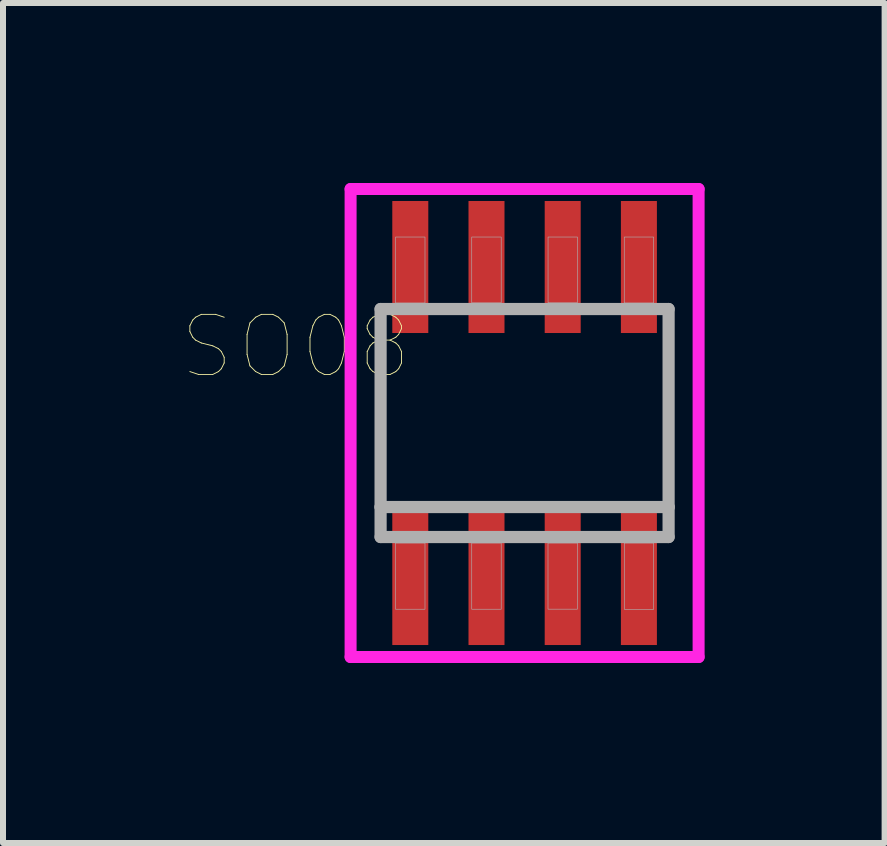
<source format=kicad_pcb>
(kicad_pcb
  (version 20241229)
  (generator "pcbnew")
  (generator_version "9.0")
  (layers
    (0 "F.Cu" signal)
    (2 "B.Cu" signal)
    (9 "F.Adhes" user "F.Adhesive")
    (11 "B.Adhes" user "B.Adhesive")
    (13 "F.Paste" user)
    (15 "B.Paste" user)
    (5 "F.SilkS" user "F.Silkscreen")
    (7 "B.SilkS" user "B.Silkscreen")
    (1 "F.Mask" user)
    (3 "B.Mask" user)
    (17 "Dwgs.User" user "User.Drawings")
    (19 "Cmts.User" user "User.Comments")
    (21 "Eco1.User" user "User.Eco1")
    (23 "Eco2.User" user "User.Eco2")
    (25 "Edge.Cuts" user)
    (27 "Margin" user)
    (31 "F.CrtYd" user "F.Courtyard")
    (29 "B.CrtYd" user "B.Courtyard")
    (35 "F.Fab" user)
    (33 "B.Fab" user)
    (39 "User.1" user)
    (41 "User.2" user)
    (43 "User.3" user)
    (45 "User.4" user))
  (footprint "SO08"
    (layer "F.Cu")
    (at 5.693 4)
    (property "Reference" "SO08" (at -3.815 -1.272 180) (layer "F.SilkS") (effects (font (size 1.001 1.001) (thickness 0.015))))
    (attr through_hole)
    (fp_line (start -2.9 -3.9) (end 2.9 -3.9) (stroke (width 0.2) (type solid)) (layer "F.CrtYd"))
    (fp_line (start -2.9 3.9) (end -2.9 -3.9) (stroke (width 0.2) (type solid)) (layer "F.CrtYd"))
    (fp_line (start 2.9 -3.9) (end 2.9 3.9) (stroke (width 0.2) (type solid)) (layer "F.CrtYd"))
    (fp_line (start 2.9 3.9) (end -2.9 3.9) (stroke (width 0.2) (type solid)) (layer "F.CrtYd"))
    (fp_line (start -2.4 -1.9) (end 2.4 -1.9) (stroke (width 0.203) (type solid)) (layer "F.Fab"))
    (fp_line (start -2.4 1.4) (end -2.4 -1.9) (stroke (width 0.203) (type solid)) (layer "F.Fab"))
    (fp_line (start -2.4 1.9) (end -2.4 1.4) (stroke (width 0.203) (type solid)) (layer "F.Fab"))
    (fp_line (start 2.4 -1.9) (end 2.4 1.4) (stroke (width 0.203) (type solid)) (layer "F.Fab"))
    (fp_line (start 2.4 1.4) (end -2.4 1.4) (stroke (width 0.203) (type solid)) (layer "F.Fab"))
    (fp_line (start 2.4 1.4) (end 2.4 1.9) (stroke (width 0.203) (type solid)) (layer "F.Fab"))
    (fp_line (start 2.4 1.9) (end -2.4 1.9) (stroke (width 0.203) (type solid)) (layer "F.Fab"))
    (fp_poly (pts (xy -2.152 2) (xy -1.66 2) (xy -1.66 3.103) (xy -2.152 3.103)) (stroke (width 0.01) (type solid)) (fill no) (layer "F.Fab"))
    (fp_poly (pts (xy -2.151 -3.1) (xy -1.66 -3.1) (xy -1.66 -2.001) (xy -2.151 -2.001)) (stroke (width 0.01) (type solid)) (fill no) (layer "F.Fab"))
    (fp_poly (pts (xy -0.881 -3.1) (xy -0.39 -3.1) (xy -0.39 -2.003) (xy -0.881 -2.003)) (stroke (width 0.01) (type solid)) (fill no) (layer "F.Fab"))
    (fp_poly (pts (xy -0.881 2) (xy -0.39 2) (xy -0.39 3.104) (xy -0.881 3.104)) (stroke (width 0.01) (type solid)) (fill no) (layer "F.Fab"))
    (fp_poly (pts (xy 0.39 2) (xy 0.88 2) (xy 0.88 3.102) (xy 0.39 3.102)) (stroke (width 0.01) (type solid)) (fill no) (layer "F.Fab"))
    (fp_poly (pts (xy 0.391 -3.1) (xy 0.88 -3.1) (xy 0.88 -2.004) (xy 0.391 -2.004)) (stroke (width 0.01) (type solid)) (fill no) (layer "F.Fab"))
    (fp_poly (pts (xy 1.661 -3.1) (xy 2.15 -3.1) (xy 2.15 -2.001) (xy 1.661 -2.001)) (stroke (width 0.01) (type solid)) (fill no) (layer "F.Fab"))
    (fp_poly (pts (xy 1.663 2) (xy 2.15 2) (xy 2.15 3.106) (xy 1.663 3.106)) (stroke (width 0.01) (type solid)) (fill no) (layer "F.Fab"))
    (pad "1" smd rect (at -1.905 2.6) (size 0.6 2.2) (layers "F.Cu" "F.Mask" "F.Paste"))
    (pad "2" smd rect (at -0.635 2.6) (size 0.6 2.2) (layers "F.Cu" "F.Mask" "F.Paste"))
    (pad "3" smd rect (at 0.635 2.6) (size 0.6 2.2) (layers "F.Cu" "F.Mask" "F.Paste"))
    (pad "4" smd rect (at 1.905 2.6) (size 0.6 2.2) (layers "F.Cu" "F.Mask" "F.Paste"))
    (pad "5" smd rect (at 1.905 -2.6) (size 0.6 2.2) (layers "F.Cu" "F.Mask" "F.Paste"))
    (pad "6" smd rect (at 0.635 -2.6) (size 0.6 2.2) (layers "F.Cu" "F.Mask" "F.Paste"))
    (pad "7" smd rect (at -0.635 -2.6) (size 0.6 2.2) (layers "F.Cu" "F.Mask" "F.Paste"))
    (pad "8" smd rect (at -1.905 -2.6) (size 0.6 2.2) (layers "F.Cu" "F.Mask" "F.Paste")))
  (gr_rect
    (start -3 -3)
    (end 11.693 11)
    (stroke (width 0.1) (type default))
    (fill no)
    (layer "Edge.Cuts")))
</source>
